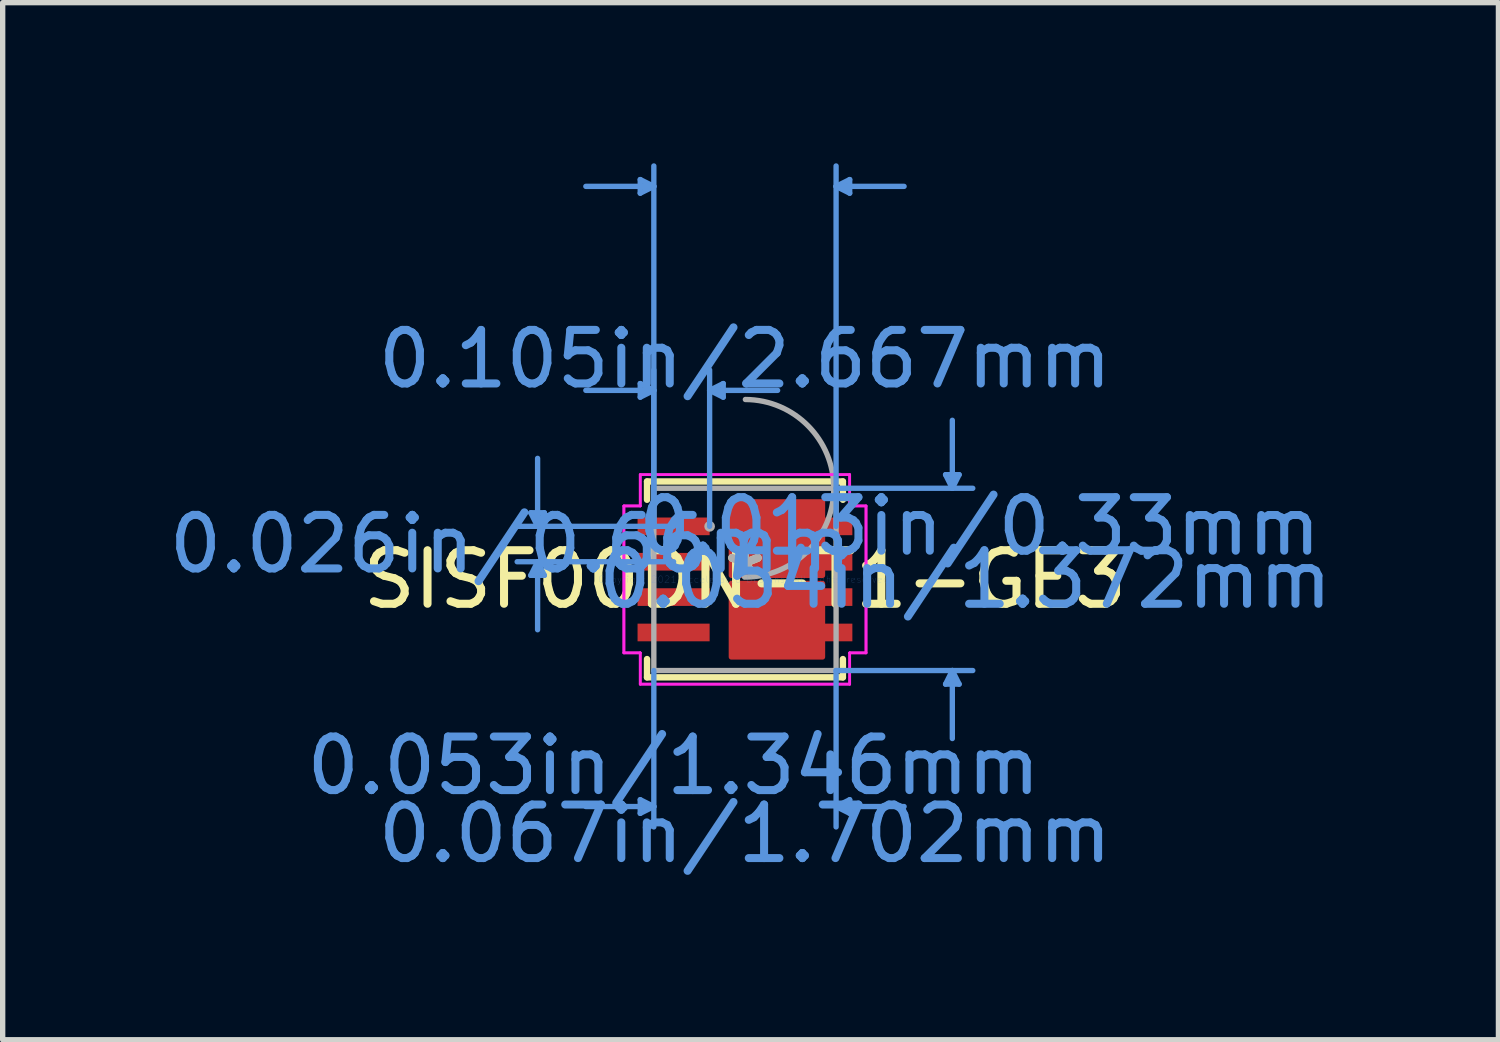
<source format=kicad_pcb>
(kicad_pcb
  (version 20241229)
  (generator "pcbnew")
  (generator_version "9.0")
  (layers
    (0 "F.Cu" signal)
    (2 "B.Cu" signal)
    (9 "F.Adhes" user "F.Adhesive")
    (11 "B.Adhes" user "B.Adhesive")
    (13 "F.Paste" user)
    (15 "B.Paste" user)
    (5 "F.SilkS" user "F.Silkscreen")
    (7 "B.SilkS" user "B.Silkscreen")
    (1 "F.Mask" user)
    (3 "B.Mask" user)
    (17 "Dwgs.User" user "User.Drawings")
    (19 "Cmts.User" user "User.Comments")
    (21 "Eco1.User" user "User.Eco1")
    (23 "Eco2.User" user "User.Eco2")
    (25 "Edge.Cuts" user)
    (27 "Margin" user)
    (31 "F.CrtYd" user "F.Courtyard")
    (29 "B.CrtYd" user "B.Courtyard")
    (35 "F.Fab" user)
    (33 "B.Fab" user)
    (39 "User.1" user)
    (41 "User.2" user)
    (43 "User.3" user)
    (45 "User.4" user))
  (footprint "SISF00DN-T1-GE3"
    (layer "F.Cu")
    (at 10.864 7.772)
    (property "Reference" "SISF00DN-T1-GE3" (at 0 0 0) (layer "F.SilkS") (effects (font (size 1 1) (thickness 0.15))))
    (attr through_hole)
    (fp_poly (pts (xy -0.254 -1.448) (xy 1.448 -1.448) (xy 1.448 -0.076) (xy -0.254 -0.076)) (stroke (width 0.1) (type solid)) (fill yes) (layer "F.Cu"))
    (fp_poly (pts (xy -0.254 1.448) (xy 1.448 1.448) (xy 1.448 0.076) (xy -0.254 0.076)) (stroke (width 0.1) (type solid)) (fill yes) (layer "F.Cu"))
    (fp_poly (pts (xy -0.254 -1.448) (xy 1.448 -1.448) (xy 1.448 -0.076) (xy -0.254 -0.076)) (stroke (width 0.1) (type solid)) (fill yes) (layer "F.Mask"))
    (fp_poly (pts (xy -0.254 1.448) (xy 1.448 1.448) (xy 1.448 0.076) (xy -0.254 0.076)) (stroke (width 0.1) (type solid)) (fill yes) (layer "F.Mask"))
    (fp_line (start -1.829 -1.829) (end -1.829 -1.488) (stroke (width 0.12) (type solid)) (layer "F.SilkS"))
    (fp_line (start -1.829 1.488) (end -1.829 1.829) (stroke (width 0.12) (type solid)) (layer "F.SilkS"))
    (fp_line (start -1.829 1.829) (end 1.829 1.829) (stroke (width 0.12) (type solid)) (layer "F.SilkS"))
    (fp_line (start 1.829 -1.829) (end -1.829 -1.829) (stroke (width 0.12) (type solid)) (layer "F.SilkS"))
    (fp_line (start 1.829 -1.488) (end 1.829 -1.829) (stroke (width 0.12) (type solid)) (layer "F.SilkS"))
    (fp_line (start 1.829 1.829) (end 1.829 1.488) (stroke (width 0.12) (type solid)) (layer "F.SilkS"))
    (fp_poly (pts (xy -0.254 -1.448) (xy 1.448 -1.448) (xy 1.448 -0.076) (xy -0.254 -0.076)) (stroke (width 0.1) (type solid)) (fill yes) (layer "F.Paste"))
    (fp_poly (pts (xy -0.254 1.448) (xy 1.448 1.448) (xy 1.448 0.076) (xy -0.254 0.076)) (stroke (width 0.1) (type solid)) (fill yes) (layer "F.Paste"))
    (fp_line (start -4 -1.245) (end -3.747 -1.245) (stroke (width 0.1) (type solid)) (layer "Cmts.User"))
    (fp_line (start -4 -0.076) (end -3.747 -0.076) (stroke (width 0.1) (type solid)) (layer "Cmts.User"))
    (fp_line (start -3.873 -0.991) (end -4 -1.245) (stroke (width 0.1) (type solid)) (layer "Cmts.User"))
    (fp_line (start -3.873 -0.991) (end -3.873 -2.261) (stroke (width 0.1) (type solid)) (layer "Cmts.User"))
    (fp_line (start -3.873 -0.991) (end -3.747 -1.245) (stroke (width 0.1) (type solid)) (layer "Cmts.User"))
    (fp_line (start -3.873 -0.33) (end -4 -0.076) (stroke (width 0.1) (type solid)) (layer "Cmts.User"))
    (fp_line (start -3.873 -0.33) (end -3.873 0.94) (stroke (width 0.1) (type solid)) (layer "Cmts.User"))
    (fp_line (start -3.873 -0.33) (end -3.747 -0.076) (stroke (width 0.1) (type solid)) (layer "Cmts.User"))
    (fp_line (start -1.956 -7.468) (end -1.956 -7.214) (stroke (width 0.1) (type solid)) (layer "Cmts.User"))
    (fp_line (start -1.956 -3.658) (end -1.956 -3.404) (stroke (width 0.1) (type solid)) (layer "Cmts.User"))
    (fp_line (start -1.956 4.115) (end -1.956 4.369) (stroke (width 0.1) (type solid)) (layer "Cmts.User"))
    (fp_line (start -1.702 -7.341) (end -2.972 -7.341) (stroke (width 0.1) (type solid)) (layer "Cmts.User"))
    (fp_line (start -1.702 -7.341) (end -1.956 -7.468) (stroke (width 0.1) (type solid)) (layer "Cmts.User"))
    (fp_line (start -1.702 -7.341) (end -1.956 -7.214) (stroke (width 0.1) (type solid)) (layer "Cmts.User"))
    (fp_line (start -1.702 -3.531) (end -2.972 -3.531) (stroke (width 0.1) (type solid)) (layer "Cmts.User"))
    (fp_line (start -1.702 -3.531) (end -1.956 -3.658) (stroke (width 0.1) (type solid)) (layer "Cmts.User"))
    (fp_line (start -1.702 -3.531) (end -1.956 -3.404) (stroke (width 0.1) (type solid)) (layer "Cmts.User"))
    (fp_line (start -1.702 -0.991) (end -1.702 -7.722) (stroke (width 0.1) (type solid)) (layer "Cmts.User"))
    (fp_line (start -1.702 -0.991) (end -1.702 -3.912) (stroke (width 0.1) (type solid)) (layer "Cmts.User"))
    (fp_line (start -1.702 1.702) (end -1.702 4.623) (stroke (width 0.1) (type solid)) (layer "Cmts.User"))
    (fp_line (start -1.702 4.242) (end -2.972 4.242) (stroke (width 0.1) (type solid)) (layer "Cmts.User"))
    (fp_line (start -1.702 4.242) (end -1.956 4.115) (stroke (width 0.1) (type solid)) (layer "Cmts.User"))
    (fp_line (start -1.702 4.242) (end -1.956 4.369) (stroke (width 0.1) (type solid)) (layer "Cmts.User"))
    (fp_line (start -1.333 -0.991) (end -4.255 -0.991) (stroke (width 0.1) (type solid)) (layer "Cmts.User"))
    (fp_line (start -1.333 -0.33) (end -4.255 -0.33) (stroke (width 0.1) (type solid)) (layer "Cmts.User"))
    (fp_line (start -0.66 -3.531) (end -0.406 -3.658) (stroke (width 0.1) (type solid)) (layer "Cmts.User"))
    (fp_line (start -0.66 -3.531) (end -0.406 -3.404) (stroke (width 0.1) (type solid)) (layer "Cmts.User"))
    (fp_line (start -0.66 -3.531) (end 0.61 -3.531) (stroke (width 0.1) (type solid)) (layer "Cmts.User"))
    (fp_line (start -0.66 -0.991) (end -0.66 -3.912) (stroke (width 0.1) (type solid)) (layer "Cmts.User"))
    (fp_line (start -0.406 -3.658) (end -0.406 -3.404) (stroke (width 0.1) (type solid)) (layer "Cmts.User"))
    (fp_line (start 1.702 -7.341) (end 1.956 -7.468) (stroke (width 0.1) (type solid)) (layer "Cmts.User"))
    (fp_line (start 1.702 -7.341) (end 1.956 -7.214) (stroke (width 0.1) (type solid)) (layer "Cmts.User"))
    (fp_line (start 1.702 -7.341) (end 2.972 -7.341) (stroke (width 0.1) (type solid)) (layer "Cmts.User"))
    (fp_line (start 1.702 -1.702) (end 4.255 -1.702) (stroke (width 0.1) (type solid)) (layer "Cmts.User"))
    (fp_line (start 1.702 -0.991) (end 1.702 -7.722) (stroke (width 0.1) (type solid)) (layer "Cmts.User"))
    (fp_line (start 1.702 1.702) (end 1.702 4.623) (stroke (width 0.1) (type solid)) (layer "Cmts.User"))
    (fp_line (start 1.702 1.702) (end 4.255 1.702) (stroke (width 0.1) (type solid)) (layer "Cmts.User"))
    (fp_line (start 1.702 4.242) (end 1.956 4.115) (stroke (width 0.1) (type solid)) (layer "Cmts.User"))
    (fp_line (start 1.702 4.242) (end 1.956 4.369) (stroke (width 0.1) (type solid)) (layer "Cmts.User"))
    (fp_line (start 1.702 4.242) (end 2.972 4.242) (stroke (width 0.1) (type solid)) (layer "Cmts.User"))
    (fp_line (start 1.956 -7.468) (end 1.956 -7.214) (stroke (width 0.1) (type solid)) (layer "Cmts.User"))
    (fp_line (start 1.956 4.115) (end 1.956 4.369) (stroke (width 0.1) (type solid)) (layer "Cmts.User"))
    (fp_line (start 3.747 -1.956) (end 4 -1.956) (stroke (width 0.1) (type solid)) (layer "Cmts.User"))
    (fp_line (start 3.747 1.956) (end 4 1.956) (stroke (width 0.1) (type solid)) (layer "Cmts.User"))
    (fp_line (start 3.873 -1.702) (end 3.747 -1.956) (stroke (width 0.1) (type solid)) (layer "Cmts.User"))
    (fp_line (start 3.873 -1.702) (end 3.873 -2.972) (stroke (width 0.1) (type solid)) (layer "Cmts.User"))
    (fp_line (start 3.873 -1.702) (end 4 -1.956) (stroke (width 0.1) (type solid)) (layer "Cmts.User"))
    (fp_line (start 3.873 1.702) (end 3.747 1.956) (stroke (width 0.1) (type solid)) (layer "Cmts.User"))
    (fp_line (start 3.873 1.702) (end 3.873 2.972) (stroke (width 0.1) (type solid)) (layer "Cmts.User"))
    (fp_line (start 3.873 1.702) (end 4 1.956) (stroke (width 0.1) (type solid)) (layer "Cmts.User"))
    (fp_line (start -2.261 -1.372) (end -1.956 -1.372) (stroke (width 0.05) (type solid)) (layer "F.CrtYd"))
    (fp_line (start -2.261 -1.372) (end -1.956 -1.372) (stroke (width 0.05) (type solid)) (layer "F.CrtYd"))
    (fp_line (start -2.261 1.372) (end -2.261 -1.372) (stroke (width 0.05) (type solid)) (layer "F.CrtYd"))
    (fp_line (start -2.261 1.372) (end -2.261 -1.372) (stroke (width 0.05) (type solid)) (layer "F.CrtYd"))
    (fp_line (start -2.261 1.372) (end -1.956 1.372) (stroke (width 0.05) (type solid)) (layer "F.CrtYd"))
    (fp_line (start -1.956 -1.956) (end 1.956 -1.956) (stroke (width 0.05) (type solid)) (layer "F.CrtYd"))
    (fp_line (start -1.956 -1.956) (end 1.956 -1.956) (stroke (width 0.05) (type solid)) (layer "F.CrtYd"))
    (fp_line (start -1.956 -1.372) (end -1.956 -1.956) (stroke (width 0.05) (type solid)) (layer "F.CrtYd"))
    (fp_line (start -1.956 -1.372) (end -1.956 -1.956) (stroke (width 0.05) (type solid)) (layer "F.CrtYd"))
    (fp_line (start -1.956 1.372) (end -2.261 1.372) (stroke (width 0.05) (type solid)) (layer "F.CrtYd"))
    (fp_line (start -1.956 1.956) (end -1.956 1.372) (stroke (width 0.05) (type solid)) (layer "F.CrtYd"))
    (fp_line (start -1.956 1.956) (end -1.956 1.372) (stroke (width 0.05) (type solid)) (layer "F.CrtYd"))
    (fp_line (start 1.956 -1.956) (end 1.956 -1.372) (stroke (width 0.05) (type solid)) (layer "F.CrtYd"))
    (fp_line (start 1.956 -1.956) (end 1.956 -1.372) (stroke (width 0.05) (type solid)) (layer "F.CrtYd"))
    (fp_line (start 1.956 -1.372) (end 2.261 -1.372) (stroke (width 0.05) (type solid)) (layer "F.CrtYd"))
    (fp_line (start 1.956 1.372) (end 1.956 1.956) (stroke (width 0.05) (type solid)) (layer "F.CrtYd"))
    (fp_line (start 1.956 1.372) (end 1.956 1.956) (stroke (width 0.05) (type solid)) (layer "F.CrtYd"))
    (fp_line (start 1.956 1.956) (end -1.956 1.956) (stroke (width 0.05) (type solid)) (layer "F.CrtYd"))
    (fp_line (start 1.956 1.956) (end -1.956 1.956) (stroke (width 0.05) (type solid)) (layer "F.CrtYd"))
    (fp_line (start 2.261 -1.372) (end 1.956 -1.372) (stroke (width 0.05) (type solid)) (layer "F.CrtYd"))
    (fp_line (start 2.261 -1.372) (end 2.261 1.372) (stroke (width 0.05) (type solid)) (layer "F.CrtYd"))
    (fp_line (start 2.261 -1.372) (end 2.261 1.372) (stroke (width 0.05) (type solid)) (layer "F.CrtYd"))
    (fp_line (start 2.261 1.372) (end 1.956 1.372) (stroke (width 0.05) (type solid)) (layer "F.CrtYd"))
    (fp_line (start 2.261 1.372) (end 1.956 1.372) (stroke (width 0.05) (type solid)) (layer "F.CrtYd"))
    (fp_line (start -1.702 -1.702) (end -1.702 1.702) (stroke (width 0.1) (type solid)) (layer "F.Fab"))
    (fp_line (start -1.702 1.702) (end 1.702 1.702) (stroke (width 0.1) (type solid)) (layer "F.Fab"))
    (fp_line (start 1.702 -1.702) (end -1.702 -1.702) (stroke (width 0.1) (type solid)) (layer "F.Fab"))
    (fp_line (start 1.702 1.702) (end 1.702 -1.702) (stroke (width 0.1) (type solid)) (layer "F.Fab"))
    (fp_arc (start 0.007742 -3.360374) (mid 1.658574 -1.694058) (end -0.007742 -0.043226) (stroke (width 0.1) (type solid)) (layer "F.Fab"))
    (fp_circle (center -0.66 -0.991) (end -0.66 -0.991) (stroke (width 0.1) (type solid)) (fill no) (layer "F.Fab"))
    (fp_text user "*" (at 0 0 0) (layer "F.SilkS") (effects (font (size 1 1) (thickness 0.15))))
    (fp_text user "Copyright 2021 Accelerated Designs. All rights reserved." (at 0 0 0) (layer "Cmts.User") (effects (font (size 0.127 0.127) (thickness 0.002))))
    (fp_text user "0.067in/1.702mm" (at 0 4.75 0) (layer "Cmts.User") (effects (font (size 1 1) (thickness 0.15))))
    (fp_text user "0.105in/2.667mm" (at 0 -4.115 0) (layer "Cmts.User") (effects (font (size 1 1) (thickness 0.15))))
    (fp_text user "0.013in/0.33mm" (at 4.381 -0.991 0) (layer "Cmts.User") (effects (font (size 1 1) (thickness 0.15))))
    (fp_text user "0.053in/1.346mm" (at -1.333 3.48 0) (layer "Cmts.User") (effects (font (size 1 1) (thickness 0.15))))
    (fp_text user "0.054in/1.372mm" (at 4.115 0 0) (layer "Cmts.User") (effects (font (size 1 1) (thickness 0.15))))
    (fp_text user "0.026in/0.66mm" (at -4.381 -0.66 0) (layer "Cmts.User") (effects (font (size 1 1) (thickness 0.15))))
    (fp_text user "*" (at 0 0 0) (layer "F.Fab") (effects (font (size 1 1) (thickness 0.15))))
    (pad "1" smd rect (at -1.333 -0.991) (size 1.346 0.33) (layers "F.Cu" "F.Mask" "F.Paste"))
    (pad "2" smd rect (at -1.333 -0.33) (size 1.346 0.33) (layers "F.Cu" "F.Mask" "F.Paste"))
    (pad "3" smd rect (at -1.333 0.33) (size 1.346 0.33) (layers "F.Cu" "F.Mask" "F.Paste"))
    (pad "4" smd rect (at -1.333 0.991) (size 1.346 0.33) (layers "F.Cu" "F.Mask" "F.Paste"))
    (pad "5" smd rect (at 1.333 0.991) (size 1.346 0.33) (layers "F.Cu" "F.Mask" "F.Paste"))
    (pad "6" smd rect (at 1.333 0.33) (size 1.346 0.33) (layers "F.Cu" "F.Mask" "F.Paste"))
    (pad "7" smd rect (at 1.333 -0.33) (size 1.346 0.33) (layers "F.Cu" "F.Mask" "F.Paste"))
    (pad "8" smd rect (at 1.333 -0.991) (size 1.346 0.33) (layers "F.Cu" "F.Mask" "F.Paste")))
  (gr_rect
    (start -3 -3)
    (end 24.937 16.37)
    (stroke (width 0.1) (type default))
    (fill no)
    (layer "Edge.Cuts")))
</source>
